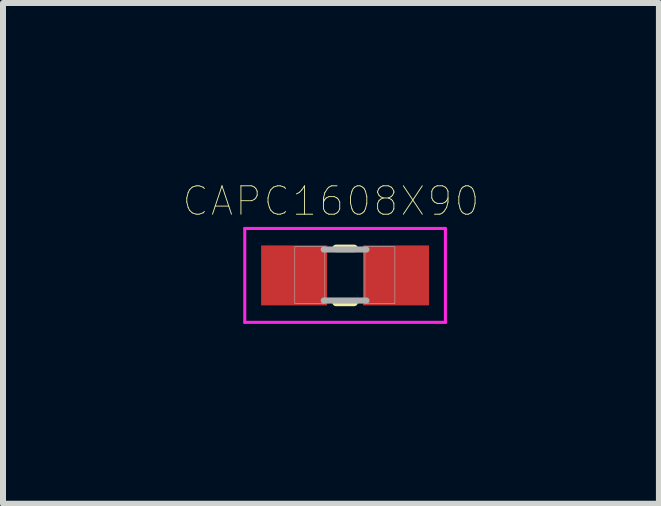
<source format=kicad_pcb>
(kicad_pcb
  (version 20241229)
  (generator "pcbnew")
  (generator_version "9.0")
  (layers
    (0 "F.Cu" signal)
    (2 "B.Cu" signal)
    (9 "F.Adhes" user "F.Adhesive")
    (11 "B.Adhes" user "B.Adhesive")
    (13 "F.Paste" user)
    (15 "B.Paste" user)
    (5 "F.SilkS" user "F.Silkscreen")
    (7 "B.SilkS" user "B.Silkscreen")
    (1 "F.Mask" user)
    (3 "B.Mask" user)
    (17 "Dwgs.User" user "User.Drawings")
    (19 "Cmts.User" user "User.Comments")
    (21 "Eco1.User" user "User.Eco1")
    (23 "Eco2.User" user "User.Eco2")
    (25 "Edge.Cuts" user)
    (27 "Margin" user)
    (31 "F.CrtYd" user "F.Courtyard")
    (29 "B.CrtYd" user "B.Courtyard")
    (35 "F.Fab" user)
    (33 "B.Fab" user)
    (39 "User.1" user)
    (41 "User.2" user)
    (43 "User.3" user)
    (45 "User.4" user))
  (footprint "CAPC1608X90"
    (layer "F.Cu")
    (at 2.705 1.543)
    (property "Reference" "CAPC1608X90" (at -0.236 -1.239 0) (layer "F.SilkS") (effects (font (size 0.474 0.474) (thickness 0.015))))
    (attr through_hole)
    (fp_line (start -0.15 -0.45) (end 0.15 -0.45) (stroke (width 0.127) (type solid)) (layer "F.SilkS"))
    (fp_line (start -0.15 0.45) (end 0.15 0.45) (stroke (width 0.127) (type solid)) (layer "F.SilkS"))
    (fp_line (start -1.673 -0.783) (end 1.673 -0.783) (stroke (width 0.051) (type solid)) (layer "F.CrtYd"))
    (fp_line (start -1.673 0.783) (end -1.673 -0.783) (stroke (width 0.051) (type solid)) (layer "F.CrtYd"))
    (fp_line (start 1.673 -0.783) (end 1.673 0.783) (stroke (width 0.051) (type solid)) (layer "F.CrtYd"))
    (fp_line (start 1.673 0.783) (end -1.673 0.783) (stroke (width 0.051) (type solid)) (layer "F.CrtYd"))
    (fp_line (start -0.356 -0.432) (end 0.356 -0.432) (stroke (width 0.102) (type solid)) (layer "F.Fab"))
    (fp_line (start -0.356 0.419) (end 0.356 0.419) (stroke (width 0.102) (type solid)) (layer "F.Fab"))
    (fp_poly (pts (xy -0.839 -0.48) (xy -0.338 -0.48) (xy -0.338 0.47) (xy -0.839 0.47)) (stroke (width 0.01) (type solid)) (fill no) (layer "F.Fab"))
    (fp_poly (pts (xy 0.331 -0.48) (xy 0.83 -0.48) (xy 0.83 0.471) (xy 0.331 0.471)) (stroke (width 0.01) (type solid)) (fill no) (layer "F.Fab"))
    (pad "1" smd rect (at -0.85 0) (size 1.1 1) (layers "F.Cu" "F.Mask" "F.Paste"))
    (pad "2" smd rect (at 0.85 0) (size 1.1 1) (layers "F.Cu" "F.Mask" "F.Paste")))
  (gr_rect
    (start -3 -3)
    (end 7.939 5.351)
    (stroke (width 0.1) (type default))
    (fill no)
    (layer "Edge.Cuts")))
</source>
